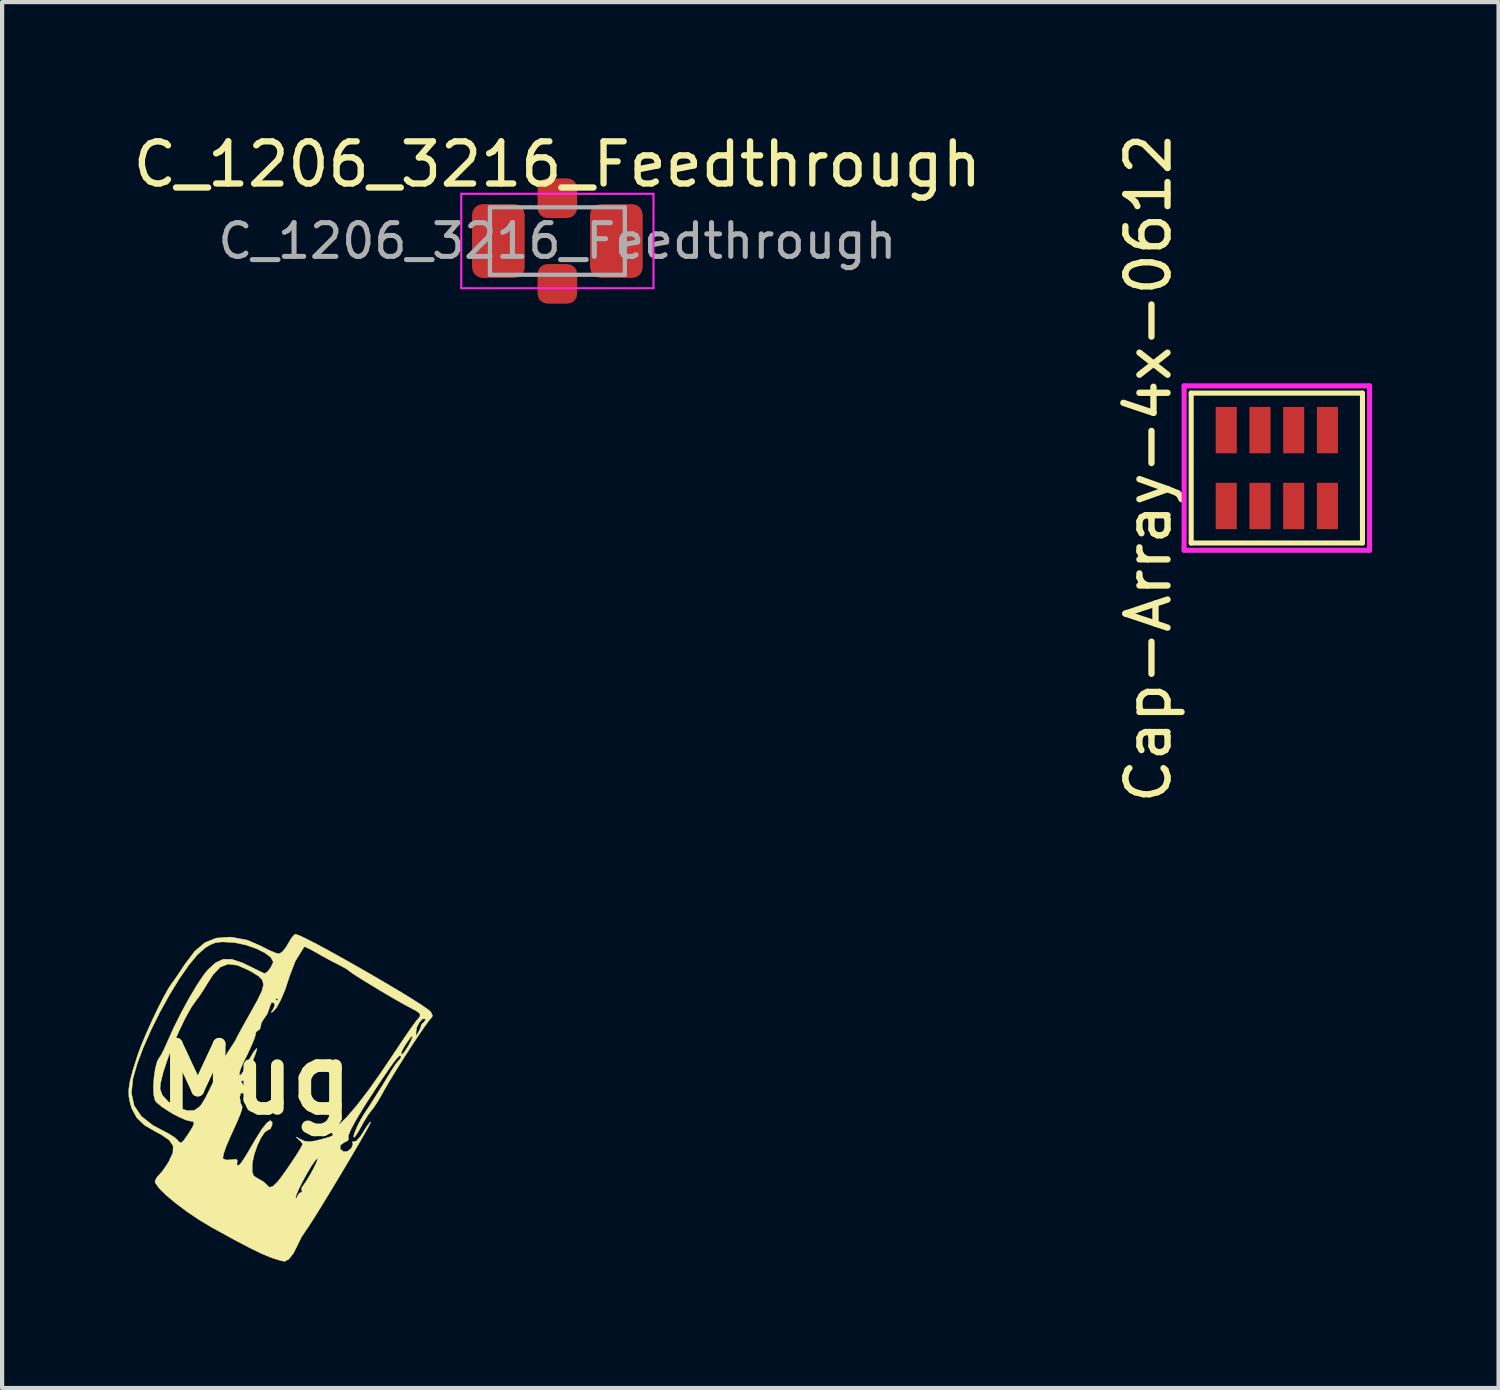
<source format=kicad_pcb>
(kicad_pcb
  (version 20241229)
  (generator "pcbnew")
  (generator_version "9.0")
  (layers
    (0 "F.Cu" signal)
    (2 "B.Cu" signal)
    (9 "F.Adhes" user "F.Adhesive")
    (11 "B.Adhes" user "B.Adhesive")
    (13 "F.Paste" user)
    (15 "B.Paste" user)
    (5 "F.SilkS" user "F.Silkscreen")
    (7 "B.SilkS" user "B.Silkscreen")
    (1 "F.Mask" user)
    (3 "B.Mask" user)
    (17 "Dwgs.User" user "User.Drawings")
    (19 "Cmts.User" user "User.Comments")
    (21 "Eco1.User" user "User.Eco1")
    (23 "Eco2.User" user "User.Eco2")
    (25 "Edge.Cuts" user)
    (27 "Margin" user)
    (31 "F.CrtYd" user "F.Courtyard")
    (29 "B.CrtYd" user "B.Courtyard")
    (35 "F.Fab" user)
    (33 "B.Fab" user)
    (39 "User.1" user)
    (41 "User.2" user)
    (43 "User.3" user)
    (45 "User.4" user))
  (footprint "C_1206_3216_Feedthrough"
    (layer "F.Cu")
    (at 10.173 2.668)
    (property "Reference" "C_1206_3216_Feedthrough" (at 0 -1.82 0) (layer "F.SilkS") (effects (font (size 1 1) (thickness 0.15))))
    (attr smd)
    (fp_line (start -2.28 -1.12) (end 2.28 -1.12) (stroke (width 0.05) (type solid)) (layer "F.CrtYd"))
    (fp_line (start -2.28 1.12) (end -2.28 -1.12) (stroke (width 0.05) (type solid)) (layer "F.CrtYd"))
    (fp_line (start 2.28 -1.12) (end 2.28 1.12) (stroke (width 0.05) (type solid)) (layer "F.CrtYd"))
    (fp_line (start 2.28 1.12) (end -2.28 1.12) (stroke (width 0.05) (type solid)) (layer "F.CrtYd"))
    (fp_line (start -1.6 -0.8) (end 1.6 -0.8) (stroke (width 0.1) (type solid)) (layer "F.Fab"))
    (fp_line (start -1.6 0.8) (end -1.6 -0.8) (stroke (width 0.1) (type solid)) (layer "F.Fab"))
    (fp_line (start 1.6 -0.8) (end 1.6 0.8) (stroke (width 0.1) (type solid)) (layer "F.Fab"))
    (fp_line (start 1.6 0.8) (end -1.6 0.8) (stroke (width 0.1) (type solid)) (layer "F.Fab"))
    (fp_text user "${REFERENCE}" (at 0 0 0) (layer "F.Fab") (effects (font (size 0.8 0.8) (thickness 0.12))))
    (pad "1" smd roundrect (at -1.4 0) (size 1.25 1.75) (layers "F.Cu" "F.Mask" "F.Paste") (roundrect_rratio 0.2))
    (pad "2" smd roundrect (at 1.4 0) (size 1.25 1.75) (layers "F.Cu" "F.Mask" "F.Paste") (roundrect_rratio 0.2))
    (pad "3" smd roundrect (at 0 -1.016) (size 0.94 0.94) (layers "F.Cu" "F.Mask" "F.Paste") (roundrect_rratio 0.25))
    (pad "3" smd roundrect (at 0 1.016) (size 0.94 0.94) (layers "F.Cu" "F.Mask" "F.Paste") (roundrect_rratio 0.25)))
  (footprint "Mug"
    (layer "F.Cu")
    (at 3.021 22.557)
    (property "Reference" "Mug" (at 0 0 0) (layer "F.SilkS") (effects (font (size 1.524 1.524) (thickness 0.3))))
    (attr through_hole)
    (fp_poly (pts (xy 1.025 -3.416) (xy 1.196 -3.335) (xy 1.436 -3.212) (xy 1.728 -3.055) (xy 2.057 -2.872) (xy 2.408 -2.674) (xy 2.765 -2.469) (xy 3.112 -2.266) (xy 3.434 -2.074) (xy 3.714 -1.902) (xy 3.938 -1.759) (xy 4.09 -1.653) (xy 4.148 -1.603) (xy 4.19 -1.51) (xy 4.171 -1.47) (xy 4.107 -1.397) (xy 3.996 -1.244) (xy 3.849 -1.031) (xy 3.681 -0.776) (xy 3.503 -0.5) (xy 3.329 -0.223) (xy 3.17 0.037) (xy 3.041 0.259) (xy 2.991 0.35) (xy 2.886 0.53) (xy 2.783 0.683) (xy 2.745 0.73) (xy 2.652 0.854) (xy 2.547 1.027) (xy 2.51 1.095) (xy 2.425 1.248) (xy 2.354 1.353) (xy 2.332 1.375) (xy 2.317 1.353) (xy 2.345 1.258) (xy 2.403 1.12) (xy 2.479 0.969) (xy 2.559 0.834) (xy 2.565 0.824) (xy 2.678 0.654) (xy 2.827 0.421) (xy 2.991 0.16) (xy 3.146 -0.092) (xy 3.213 -0.204) (xy 3.306 -0.348) (xy 3.379 -0.441) (xy 3.399 -0.457) (xy 3.444 -0.524) (xy 3.445 -0.534) (xy 3.431 -0.571) (xy 3.385 -0.545) (xy 3.301 -0.448) (xy 3.173 -0.273) (xy 2.995 -0.012) (xy 2.826 0.243) (xy 2.566 0.645) (xy 2.376 0.959) (xy 2.252 1.189) (xy 2.192 1.34) (xy 2.195 1.416) (xy 2.196 1.418) (xy 2.175 1.457) (xy 2.106 1.488) (xy 2.005 1.558) (xy 1.997 1.648) (xy 2.08 1.717) (xy 2.178 1.706) (xy 2.266 1.631) (xy 2.303 1.536) (xy 2.292 1.495) (xy 2.298 1.469) (xy 2.323 1.481) (xy 2.388 1.459) (xy 2.483 1.349) (xy 2.544 1.254) (xy 2.635 1.11) (xy 2.701 1.023) (xy 2.723 1.01) (xy 2.701 1.064) (xy 2.627 1.201) (xy 2.511 1.405) (xy 2.363 1.66) (xy 2.192 1.95) (xy 2.008 2.258) (xy 1.821 2.569) (xy 1.641 2.866) (xy 1.476 3.134) (xy 1.337 3.355) (xy 1.234 3.514) (xy 1.184 3.584) (xy 1.077 3.748) (xy 0.991 3.924) (xy 0.89 4.127) (xy 0.78 4.266) (xy 0.68 4.318) (xy 0.677 4.318) (xy 0.587 4.298) (xy 0.433 4.251) (xy 0.353 4.224) (xy 0.147 4.139) (xy -0.149 3.995) (xy -0.537 3.791) (xy -1.02 3.525) (xy -1.06 3.503) (xy -1.351 3.328) (xy -1.636 3.136) (xy -1.899 2.939) (xy -2.053 2.81) (xy 0.941 2.81) (xy 0.957 2.835) (xy 0.975 2.788) (xy 1.027 2.701) (xy 1.065 2.686) (xy 1.1 2.661) (xy 1.09 2.648) (xy 1.086 2.576) (xy 1.104 2.545) (xy 1.187 2.427) (xy 1.281 2.272) (xy 1.369 2.11) (xy 1.437 1.97) (xy 1.467 1.883) (xy 1.462 1.869) (xy 1.411 1.917) (xy 1.325 2.041) (xy 1.221 2.214) (xy 1.115 2.407) (xy 1.022 2.59) (xy 0.959 2.736) (xy 0.941 2.81) (xy -2.053 2.81) (xy -2.123 2.752) (xy -2.289 2.589) (xy -2.381 2.464) (xy -2.394 2.419) (xy -2.353 2.328) (xy -2.303 2.274) (xy -2.221 2.181) (xy -2.115 2.029) (xy -2.062 1.942) (xy -2.027 1.867) (xy -0.785 1.867) (xy -0.782 1.879) (xy -0.704 1.912) (xy -0.579 1.906) (xy -0.465 1.894) (xy -0.439 1.932) (xy -0.447 1.958) (xy -0.448 2.032) (xy -0.426 2.044) (xy -0.394 2.03) (xy -0.349 1.98) (xy -0.279 1.877) (xy -0.174 1.705) (xy -0.025 1.45) (xy 0.000185 1.407) (xy 0.144 1.178) (xy 0.261 1.032) (xy 0.343 0.975) (xy 0.384 1.013) (xy 0.386 1.067) (xy 0.347 1.171) (xy 0.292 1.197) (xy 0.212 1.249) (xy 0.121 1.384) (xy 0.032 1.571) (xy -0.041 1.781) (xy -0.084 1.981) (xy -0.088 2.034) (xy -0.088 2.198) (xy -0.052 2.289) (xy 0.038 2.348) (xy 0.051 2.354) (xy 0.18 2.428) (xy 0.251 2.495) (xy 0.32 2.561) (xy 0.404 2.537) (xy 0.507 2.438) (xy 0.59 2.334) (xy 0.704 2.176) (xy 0.831 1.991) (xy 0.952 1.808) (xy 1.049 1.653) (xy 1.103 1.554) (xy 1.109 1.535) (xy 1.07 1.476) (xy 1.007 1.416) (xy 0.955 1.369) (xy 0.992 1.383) (xy 1.057 1.42) (xy 1.157 1.466) (xy 1.268 1.478) (xy 1.421 1.456) (xy 1.644 1.397) (xy 1.742 1.368) (xy 1.831 1.327) (xy 1.814 1.282) (xy 1.8 1.272) (xy 1.755 1.22) (xy 1.81 1.184) (xy 1.96 1.087) (xy 2.158 0.894) (xy 2.399 0.612) (xy 2.677 0.25) (xy 2.986 -0.187) (xy 3.233 -0.555) (xy 3.277 -0.621) (xy 3.445 -0.621) (xy 3.465 -0.586) (xy 3.525 -0.651) (xy 3.617 -0.796) (xy 3.688 -0.931) (xy 3.719 -1.019) (xy 3.719 -1.022) (xy 3.799 -1.022) (xy 3.867 -1.139) (xy 3.913 -1.238) (xy 3.918 -1.278) (xy 3.945 -1.323) (xy 3.978 -1.348) (xy 4.023 -1.411) (xy 4.012 -1.438) (xy 3.951 -1.434) (xy 3.879 -1.357) (xy 3.819 -1.241) (xy 3.799 -1.139) (xy 3.799 -1.022) (xy 3.719 -1.022) (xy 3.717 -1.032) (xy 3.677 -1.003) (xy 3.605 -0.91) (xy 3.526 -0.789) (xy 3.465 -0.678) (xy 3.445 -0.621) (xy 3.277 -0.621) (xy 3.412 -0.824) (xy 3.574 -1.064) (xy 3.707 -1.255) (xy 3.797 -1.377) (xy 3.821 -1.406) (xy 3.892 -1.491) (xy 3.893 -1.555) (xy 3.811 -1.622) (xy 3.664 -1.7) (xy 3.505 -1.785) (xy 3.296 -1.904) (xy 3.058 -2.043) (xy 2.814 -2.189) (xy 2.586 -2.328) (xy 2.396 -2.447) (xy 2.266 -2.533) (xy 2.219 -2.57) (xy 2.152 -2.619) (xy 2.019 -2.693) (xy 1.956 -2.725) (xy 1.763 -2.824) (xy 1.54 -2.946) (xy 1.443 -3.003) (xy 1.287 -3.089) (xy 1.179 -3.14) (xy 1.146 -3.146) (xy 0.938 -2.813) (xy 0.795 -2.442) (xy 0.79 -2.425) (xy 0.694 -2.132) (xy 0.587 -1.88) (xy 0.482 -1.693) (xy 0.395 -1.599) (xy 0.36 -1.592) (xy 0.403 -1.655) (xy 0.452 -1.761) (xy 0.424 -1.818) (xy 0.371 -1.827) (xy 0.329 -1.728) (xy 0.323 -1.703) (xy 0.269 -1.554) (xy 0.201 -1.457) (xy 0.128 -1.341) (xy 0.117 -1.277) (xy 0.091 -1.187) (xy 0.058 -1.168) (xy 0.003 -1.123) (xy 0 -1.104) (xy -0.026 -0.998) (xy -0.098 -0.818) (xy -0.203 -0.589) (xy -0.302 -0.393) (xy -0.368 -0.24) (xy -0.394 -0.124) (xy -0.391 -0.101) (xy -0.355 -0.107) (xy -0.293 -0.199) (xy -0.246 -0.292) (xy -0.157 -0.474) (xy -0.068 -0.628) (xy -0.038 -0.671) (xy 0.017 -0.737) (xy 0.025 -0.721) (xy -0.01 -0.611) (xy -0.019 -0.584) (xy -0.088 -0.408) (xy -0.158 -0.259) (xy -0.162 -0.252) (xy -0.219 -0.115) (xy -0.234 -0.03) (xy -0.261 0.034) (xy -0.292 0.029) (xy -0.346 0.035) (xy -0.35 0.057) (xy -0.304 0.131) (xy -0.263 0.154) (xy -0.187 0.218) (xy -0.179 0.292) (xy -0.234 0.331) (xy -0.28 0.325) (xy -0.359 0.325) (xy -0.382 0.412) (xy -0.382 0.433) (xy -0.365 0.558) (xy -0.34 0.614) (xy -0.325 0.649) (xy -0.334 0.717) (xy -0.374 0.833) (xy -0.45 1.014) (xy -0.57 1.279) (xy -0.621 1.391) (xy -0.709 1.598) (xy -0.767 1.766) (xy -0.785 1.867) (xy -2.027 1.867) (xy -1.969 1.741) (xy -1.963 1.581) (xy -2.052 1.444) (xy -2.244 1.31) (xy -2.367 1.246) (xy -2.642 1.087) (xy -2.826 0.91) (xy -2.944 0.69) (xy -2.982 0.567) (xy -3.014 0.406) (xy -3.015 0.324) (xy -2.954 0.324) (xy -2.889 0.621) (xy -2.72 0.874) (xy -2.443 1.091) (xy -2.25 1.193) (xy -2.069 1.288) (xy -1.926 1.38) (xy -1.871 1.428) (xy -1.812 1.494) (xy -1.765 1.502) (xy -1.706 1.441) (xy -1.608 1.3) (xy -1.502 1.132) (xy -1.466 1.037) (xy -1.496 0.997) (xy -1.538 0.993) (xy -1.667 0.961) (xy -1.849 0.879) (xy -2.05 0.768) (xy -2.232 0.648) (xy -2.36 0.542) (xy -2.392 0.5) (xy -2.424 0.369) (xy -2.43 0.222) (xy -2.275 0.222) (xy -2.221 0.373) (xy -2.082 0.526) (xy -1.887 0.652) (xy -1.862 0.663) (xy -1.632 0.741) (xy -1.465 0.737) (xy -1.336 0.649) (xy -1.295 0.599) (xy -1.194 0.432) (xy -1.099 0.24) (xy -1.09 0.22) (xy -1 0.043) (xy -0.898 -0.106) (xy -0.884 -0.122) (xy -0.809 -0.236) (xy -0.798 -0.326) (xy -0.784 -0.415) (xy -0.717 -0.56) (xy -0.648 -0.672) (xy -0.549 -0.823) (xy -0.483 -0.93) (xy -0.467 -0.962) (xy -0.44 -1.018) (xy -0.366 -1.155) (xy -0.256 -1.353) (xy -0.122 -1.592) (xy -0.116 -1.603) (xy 0.044 -1.89) (xy 0.047 -1.898) (xy 0.467 -1.898) (xy 0.496 -1.869) (xy 0.526 -1.898) (xy 0.496 -1.927) (xy 0.467 -1.898) (xy 0.047 -1.898) (xy 0.143 -2.098) (xy 0.18 -2.246) (xy 0.154 -2.357) (xy 0.064 -2.45) (xy -0.09 -2.546) (xy -0.164 -2.587) (xy -0.437 -2.708) (xy -0.657 -2.736) (xy -0.844 -2.664) (xy -1.016 -2.486) (xy -1.14 -2.293) (xy -1.251 -2.112) (xy -1.355 -1.956) (xy -1.401 -1.898) (xy -1.532 -1.712) (xy -1.678 -1.45) (xy -1.829 -1.137) (xy -1.974 -0.801) (xy -2.101 -0.468) (xy -2.201 -0.163) (xy -2.262 0.086) (xy -2.275 0.222) (xy -2.43 0.222) (xy -2.431 0.172) (xy -2.417 -0.052) (xy -2.384 -0.268) (xy -2.338 -0.438) (xy -2.285 -0.524) (xy -2.241 -0.591) (xy -2.171 -0.732) (xy -2.107 -0.876) (xy -1.951 -1.224) (xy -1.771 -1.584) (xy -1.582 -1.931) (xy -1.398 -2.239) (xy -1.234 -2.483) (xy -1.135 -2.605) (xy -0.952 -2.77) (xy -0.773 -2.851) (xy -0.572 -2.849) (xy -0.323 -2.766) (xy -0.152 -2.685) (xy 0.025 -2.597) (xy 0.155 -2.534) (xy 0.208 -2.511) (xy 0.277 -2.556) (xy 0.355 -2.658) (xy 0.405 -2.765) (xy 0.409 -2.793) (xy 0.355 -2.895) (xy 0.213 -3.002) (xy 0.008 -3.104) (xy -0.234 -3.188) (xy -0.487 -3.242) (xy -0.584 -3.252) (xy -0.804 -3.262) (xy -0.956 -3.245) (xy -1.087 -3.193) (xy -1.206 -3.119) (xy -1.387 -2.959) (xy -1.595 -2.708) (xy -1.819 -2.385) (xy -2.049 -2.01) (xy -2.275 -1.601) (xy -2.486 -1.178) (xy -2.67 -0.76) (xy -2.818 -0.367) (xy -2.917 -0.022) (xy -2.954 0.324) (xy -3.015 0.324) (xy -3.016 0.238) (xy -2.986 0.038) (xy -2.918 -0.219) (xy -2.811 -0.557) (xy -2.799 -0.593) (xy -2.713 -0.823) (xy -2.596 -1.101) (xy -2.461 -1.399) (xy -2.321 -1.693) (xy -2.187 -1.956) (xy -2.071 -2.163) (xy -1.987 -2.289) (xy -1.984 -2.292) (xy -1.923 -2.375) (xy -1.82 -2.526) (xy -1.697 -2.712) (xy -1.685 -2.73) (xy -1.451 -3.04) (xy -1.208 -3.245) (xy -0.939 -3.353) (xy -0.625 -3.376) (xy -0.566 -3.372) (xy -0.199 -3.303) (xy 0.126 -3.16) (xy 0.312 -3.065) (xy 0.467 -2.999) (xy 0.548 -2.978) (xy 0.628 -3.026) (xy 0.723 -3.147) (xy 0.759 -3.211) (xy 0.843 -3.352) (xy 0.916 -3.435) (xy 0.938 -3.445) (xy 1.025 -3.416)) (stroke (width 0.01) (type solid)) (fill yes) (layer "F.SilkS"))
    (fp_poly (pts (xy 0 0.788) (xy -0.029 0.817) (xy -0.058 0.788) (xy -0.029 0.759) (xy 0 0.788)) (stroke (width 0.01) (type solid)) (fill no) (layer "Eco2.User"))
    (fp_poly (pts (xy 0.058 0.963) (xy 0.029 0.993) (xy 0 0.963) (xy 0.029 0.934) (xy 0.058 0.963)) (stroke (width 0.01) (type solid)) (fill no) (layer "Eco2.User"))
    (fp_poly (pts (xy 0.058 1.781) (xy 0.029 1.81) (xy 0 1.781) (xy 0.029 1.752) (xy 0.058 1.781)) (stroke (width 0.01) (type solid)) (fill no) (layer "Eco2.User"))
    (fp_poly (pts (xy 0.117 1.664) (xy 0.088 1.693) (xy 0.058 1.664) (xy 0.088 1.635) (xy 0.117 1.664)) (stroke (width 0.01) (type solid)) (fill no) (layer "Eco2.User"))
    (fp_poly (pts (xy 0.292 0.496) (xy 0.263 0.526) (xy 0.234 0.496) (xy 0.263 0.467) (xy 0.292 0.496)) (stroke (width 0.01) (type solid)) (fill no) (layer "Eco2.User"))
    (fp_poly (pts (xy 0.876 1.372) (xy 0.847 1.401) (xy 0.817 1.372) (xy 0.847 1.343) (xy 0.876 1.372)) (stroke (width 0.01) (type solid)) (fill no) (layer "Eco2.User"))
    (fp_poly (pts (xy 0.097 -0.915) (xy 0.104 -0.845) (xy 0.097 -0.837) (xy 0.063 -0.845) (xy 0.058 -0.876) (xy 0.08 -0.924) (xy 0.097 -0.915)) (stroke (width 0.01) (type solid)) (fill no) (layer "Eco2.User"))
    (fp_poly (pts (xy 0.331 -1.44) (xy 0.338 -1.371) (xy 0.331 -1.362) (xy 0.296 -1.37) (xy 0.292 -1.401) (xy 0.313 -1.449) (xy 0.331 -1.44)) (stroke (width 0.01) (type solid)) (fill no) (layer "Eco2.User"))
    (fp_poly (pts (xy 1.265 1.187) (xy 1.257 1.222) (xy 1.226 1.226) (xy 1.178 1.205) (xy 1.187 1.187) (xy 1.257 1.18) (xy 1.265 1.187)) (stroke (width 0.01) (type solid)) (fill no) (layer "Eco2.User"))
    (fp_poly (pts (xy 0.516 1.075) (xy 0.579 1.133) (xy 0.566 1.167) (xy 0.558 1.168) (xy 0.509 1.126) (xy 0.491 1.1) (xy 0.484 1.06) (xy 0.516 1.075)) (stroke (width 0.01) (type solid)) (fill no) (layer "Eco2.User"))
    (fp_poly (pts (xy 0.215 -1.13) (xy 0.204 -1.109) (xy 0.149 -1.054) (xy 0.139 -1.051) (xy 0.135 -1.089) (xy 0.146 -1.109) (xy 0.201 -1.165) (xy 0.211 -1.168) (xy 0.215 -1.13)) (stroke (width 0.01) (type solid)) (fill no) (layer "Eco2.User"))
    (fp_poly (pts (xy 1.235 1.024) (xy 1.285 1.051) (xy 1.331 1.097) (xy 1.314 1.108) (xy 1.218 1.079) (xy 1.168 1.051) (xy 1.121 1.005) (xy 1.139 0.994) (xy 1.235 1.024)) (stroke (width 0.01) (type solid)) (fill no) (layer "Eco2.User"))
    (fp_poly (pts (xy 3.478 -0.132) (xy 3.445 -0.058) (xy 3.385 0.033) (xy 3.353 0.058) (xy 3.354 0.015) (xy 3.387 -0.058) (xy 3.447 -0.15) (xy 3.478 -0.175) (xy 3.478 -0.132)) (stroke (width 0.01) (type solid)) (fill no) (layer "Eco2.User"))
    (fp_poly (pts (xy 3.276 0.222) (xy 3.275 0.223) (xy 3.198 0.336) (xy 3.147 0.383) (xy 3.113 0.386) (xy 3.147 0.303) (xy 3.148 0.302) (xy 3.225 0.19) (xy 3.276 0.142) (xy 3.31 0.14) (xy 3.276 0.222)) (stroke (width 0.01) (type solid)) (fill no) (layer "Eco2.User")))
  (footprint "Cap-Array-4x-0612"
    (layer "F.Cu")
    (at 27.241 8.054)
    (property "Reference" "Cap-Array-4x-0612" (at -3.048 0 90) (layer "F.SilkS") (effects (font (size 1 1) (thickness 0.15))))
    (attr through_hole)
    (fp_line (start -2.032 -1.778) (end 2.032 -1.778) (stroke (width 0.12) (type solid)) (layer "F.SilkS"))
    (fp_line (start -2.032 1.778) (end -2.032 -1.778) (stroke (width 0.12) (type solid)) (layer "F.SilkS"))
    (fp_line (start 2.032 -1.778) (end 2.032 1.778) (stroke (width 0.12) (type solid)) (layer "F.SilkS"))
    (fp_line (start 2.032 1.778) (end -2.032 1.778) (stroke (width 0.12) (type solid)) (layer "F.SilkS"))
    (fp_line (start -2.2 -1.95) (end -2.2 1.95) (stroke (width 0.12) (type solid)) (layer "F.CrtYd"))
    (fp_line (start -2.2 -1.95) (end 2.2 -1.95) (stroke (width 0.12) (type solid)) (layer "F.CrtYd"))
    (fp_line (start -2.2 1.95) (end 2.2 1.95) (stroke (width 0.12) (type solid)) (layer "F.CrtYd"))
    (fp_line (start 2.2 -1.95) (end 2.2 1.95) (stroke (width 0.12) (type solid)) (layer "F.CrtYd"))
    (pad "1" smd rect (at -1.2 0.9) (size 0.5 1.1) (layers "F.Cu" "F.Mask" "F.Paste"))
    (pad "2" smd rect (at -0.4 0.9) (size 0.5 1.1) (layers "F.Cu" "F.Mask" "F.Paste"))
    (pad "3" smd rect (at 0.4 0.9) (size 0.5 1.1) (layers "F.Cu" "F.Mask" "F.Paste"))
    (pad "4" smd rect (at 1.2 0.9) (size 0.5 1.1) (layers "F.Cu" "F.Mask" "F.Paste"))
    (pad "5" smd rect (at 1.2 -0.9) (size 0.5 1.1) (layers "F.Cu" "F.Mask" "F.Paste"))
    (pad "6" smd rect (at 0.4 -0.9) (size 0.5 1.1) (layers "F.Cu" "F.Mask" "F.Paste"))
    (pad "7" smd rect (at -0.4 -0.9) (size 0.5 1.1) (layers "F.Cu" "F.Mask" "F.Paste"))
    (pad "8" smd rect (at -1.2 -0.9) (size 0.5 1.1) (layers "F.Cu" "F.Mask" "F.Paste")))
  (gr_rect
    (start -3 -3)
    (end 32.501 29.88)
    (stroke (width 0.1) (type default))
    (fill no)
    (layer "Edge.Cuts")))
</source>
